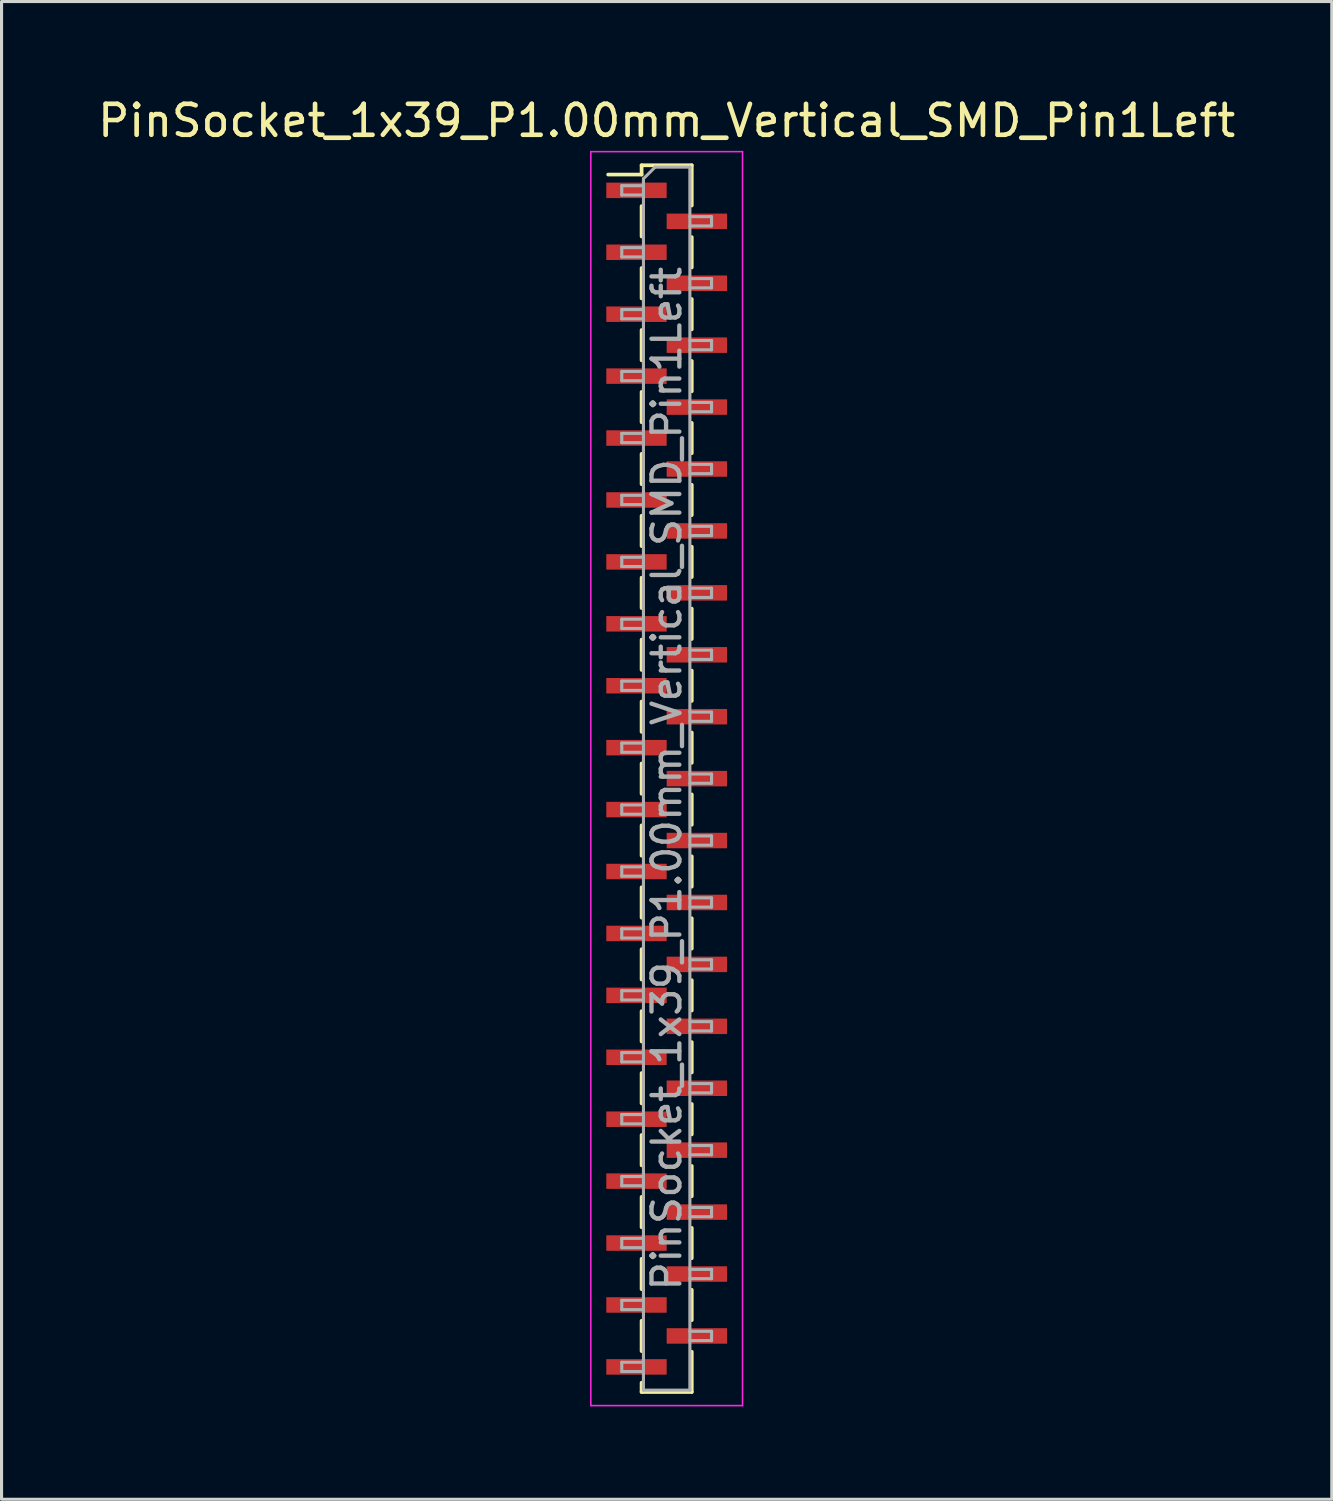
<source format=kicad_pcb>
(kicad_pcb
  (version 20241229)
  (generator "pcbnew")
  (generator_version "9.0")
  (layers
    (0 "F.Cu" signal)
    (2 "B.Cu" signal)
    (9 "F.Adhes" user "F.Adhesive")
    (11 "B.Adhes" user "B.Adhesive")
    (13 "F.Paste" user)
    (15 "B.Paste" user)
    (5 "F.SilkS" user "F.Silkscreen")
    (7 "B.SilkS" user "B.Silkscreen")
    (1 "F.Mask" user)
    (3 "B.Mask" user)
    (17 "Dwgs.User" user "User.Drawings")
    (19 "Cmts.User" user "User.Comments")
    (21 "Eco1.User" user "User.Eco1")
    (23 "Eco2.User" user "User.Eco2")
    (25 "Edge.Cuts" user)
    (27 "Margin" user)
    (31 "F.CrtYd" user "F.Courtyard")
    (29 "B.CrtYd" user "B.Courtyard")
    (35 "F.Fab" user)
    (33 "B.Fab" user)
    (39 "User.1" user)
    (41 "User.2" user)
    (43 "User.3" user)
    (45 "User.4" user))
  (footprint "PinSocket_1x39_P1.00mm_Vertical_SMD_Pin1Left"
    (layer "F.Cu")
    (at 18.482 22.098)
    (property "Reference" "PinSocket_1x39_P1.00mm_Vertical_SMD_Pin1Left" (at 0 -21.25 0) (layer "F.SilkS") (effects (font (size 1 1) (thickness 0.15))))
    (attr smd)
    (fp_line (start -1.89 -19.51) (end -0.81 -19.51) (stroke (width 0.12) (type solid)) (layer "F.SilkS"))
    (fp_line (start -0.81 -19.81) (end -0.81 -19.51) (stroke (width 0.12) (type solid)) (layer "F.SilkS"))
    (fp_line (start -0.81 -19.81) (end 0.81 -19.81) (stroke (width 0.12) (type solid)) (layer "F.SilkS"))
    (fp_line (start -0.81 -18.49) (end -0.81 -17.51) (stroke (width 0.12) (type solid)) (layer "F.SilkS"))
    (fp_line (start -0.81 -16.49) (end -0.81 -15.51) (stroke (width 0.12) (type solid)) (layer "F.SilkS"))
    (fp_line (start -0.81 -14.49) (end -0.81 -13.51) (stroke (width 0.12) (type solid)) (layer "F.SilkS"))
    (fp_line (start -0.81 -12.49) (end -0.81 -11.51) (stroke (width 0.12) (type solid)) (layer "F.SilkS"))
    (fp_line (start -0.81 -10.49) (end -0.81 -9.51) (stroke (width 0.12) (type solid)) (layer "F.SilkS"))
    (fp_line (start -0.81 -8.49) (end -0.81 -7.51) (stroke (width 0.12) (type solid)) (layer "F.SilkS"))
    (fp_line (start -0.81 -6.49) (end -0.81 -5.51) (stroke (width 0.12) (type solid)) (layer "F.SilkS"))
    (fp_line (start -0.81 -4.49) (end -0.81 -3.51) (stroke (width 0.12) (type solid)) (layer "F.SilkS"))
    (fp_line (start -0.81 -2.49) (end -0.81 -1.51) (stroke (width 0.12) (type solid)) (layer "F.SilkS"))
    (fp_line (start -0.81 -0.49) (end -0.81 0.49) (stroke (width 0.12) (type solid)) (layer "F.SilkS"))
    (fp_line (start -0.81 1.51) (end -0.81 2.49) (stroke (width 0.12) (type solid)) (layer "F.SilkS"))
    (fp_line (start -0.81 3.51) (end -0.81 4.49) (stroke (width 0.12) (type solid)) (layer "F.SilkS"))
    (fp_line (start -0.81 5.51) (end -0.81 6.49) (stroke (width 0.12) (type solid)) (layer "F.SilkS"))
    (fp_line (start -0.81 7.51) (end -0.81 8.49) (stroke (width 0.12) (type solid)) (layer "F.SilkS"))
    (fp_line (start -0.81 9.51) (end -0.81 10.49) (stroke (width 0.12) (type solid)) (layer "F.SilkS"))
    (fp_line (start -0.81 11.51) (end -0.81 12.49) (stroke (width 0.12) (type solid)) (layer "F.SilkS"))
    (fp_line (start -0.81 13.51) (end -0.81 14.49) (stroke (width 0.12) (type solid)) (layer "F.SilkS"))
    (fp_line (start -0.81 15.51) (end -0.81 16.49) (stroke (width 0.12) (type solid)) (layer "F.SilkS"))
    (fp_line (start -0.81 17.51) (end -0.81 18.49) (stroke (width 0.12) (type solid)) (layer "F.SilkS"))
    (fp_line (start -0.81 19.51) (end -0.81 19.81) (stroke (width 0.12) (type solid)) (layer "F.SilkS"))
    (fp_line (start -0.81 19.81) (end 0.81 19.81) (stroke (width 0.12) (type solid)) (layer "F.SilkS"))
    (fp_line (start 0.81 -19.81) (end 0.81 -18.51) (stroke (width 0.12) (type solid)) (layer "F.SilkS"))
    (fp_line (start 0.81 -17.49) (end 0.81 -16.51) (stroke (width 0.12) (type solid)) (layer "F.SilkS"))
    (fp_line (start 0.81 -15.49) (end 0.81 -14.51) (stroke (width 0.12) (type solid)) (layer "F.SilkS"))
    (fp_line (start 0.81 -13.49) (end 0.81 -12.51) (stroke (width 0.12) (type solid)) (layer "F.SilkS"))
    (fp_line (start 0.81 -11.49) (end 0.81 -10.51) (stroke (width 0.12) (type solid)) (layer "F.SilkS"))
    (fp_line (start 0.81 -9.49) (end 0.81 -8.51) (stroke (width 0.12) (type solid)) (layer "F.SilkS"))
    (fp_line (start 0.81 -7.49) (end 0.81 -6.51) (stroke (width 0.12) (type solid)) (layer "F.SilkS"))
    (fp_line (start 0.81 -5.49) (end 0.81 -4.51) (stroke (width 0.12) (type solid)) (layer "F.SilkS"))
    (fp_line (start 0.81 -3.49) (end 0.81 -2.51) (stroke (width 0.12) (type solid)) (layer "F.SilkS"))
    (fp_line (start 0.81 -1.49) (end 0.81 -0.51) (stroke (width 0.12) (type solid)) (layer "F.SilkS"))
    (fp_line (start 0.81 0.51) (end 0.81 1.49) (stroke (width 0.12) (type solid)) (layer "F.SilkS"))
    (fp_line (start 0.81 2.51) (end 0.81 3.49) (stroke (width 0.12) (type solid)) (layer "F.SilkS"))
    (fp_line (start 0.81 4.51) (end 0.81 5.49) (stroke (width 0.12) (type solid)) (layer "F.SilkS"))
    (fp_line (start 0.81 6.51) (end 0.81 7.49) (stroke (width 0.12) (type solid)) (layer "F.SilkS"))
    (fp_line (start 0.81 8.51) (end 0.81 9.49) (stroke (width 0.12) (type solid)) (layer "F.SilkS"))
    (fp_line (start 0.81 10.51) (end 0.81 11.49) (stroke (width 0.12) (type solid)) (layer "F.SilkS"))
    (fp_line (start 0.81 12.51) (end 0.81 13.49) (stroke (width 0.12) (type solid)) (layer "F.SilkS"))
    (fp_line (start 0.81 14.51) (end 0.81 15.49) (stroke (width 0.12) (type solid)) (layer "F.SilkS"))
    (fp_line (start 0.81 16.51) (end 0.81 17.49) (stroke (width 0.12) (type solid)) (layer "F.SilkS"))
    (fp_line (start 0.81 18.51) (end 0.81 19.81) (stroke (width 0.12) (type solid)) (layer "F.SilkS"))
    (fp_line (start -2.45 -20.25) (end 2.45 -20.25) (stroke (width 0.05) (type solid)) (layer "F.CrtYd"))
    (fp_line (start -2.45 20.25) (end -2.45 -20.25) (stroke (width 0.05) (type solid)) (layer "F.CrtYd"))
    (fp_line (start 2.45 -20.25) (end 2.45 20.25) (stroke (width 0.05) (type solid)) (layer "F.CrtYd"))
    (fp_line (start 2.45 20.25) (end -2.45 20.25) (stroke (width 0.05) (type solid)) (layer "F.CrtYd"))
    (fp_line (start -1.45 -19.15) (end -0.75 -19.15) (stroke (width 0.1) (type solid)) (layer "F.Fab"))
    (fp_line (start -1.45 -18.85) (end -1.45 -19.15) (stroke (width 0.1) (type solid)) (layer "F.Fab"))
    (fp_line (start -1.45 -17.15) (end -0.75 -17.15) (stroke (width 0.1) (type solid)) (layer "F.Fab"))
    (fp_line (start -1.45 -16.85) (end -1.45 -17.15) (stroke (width 0.1) (type solid)) (layer "F.Fab"))
    (fp_line (start -1.45 -15.15) (end -0.75 -15.15) (stroke (width 0.1) (type solid)) (layer "F.Fab"))
    (fp_line (start -1.45 -14.85) (end -1.45 -15.15) (stroke (width 0.1) (type solid)) (layer "F.Fab"))
    (fp_line (start -1.45 -13.15) (end -0.75 -13.15) (stroke (width 0.1) (type solid)) (layer "F.Fab"))
    (fp_line (start -1.45 -12.85) (end -1.45 -13.15) (stroke (width 0.1) (type solid)) (layer "F.Fab"))
    (fp_line (start -1.45 -11.15) (end -0.75 -11.15) (stroke (width 0.1) (type solid)) (layer "F.Fab"))
    (fp_line (start -1.45 -10.85) (end -1.45 -11.15) (stroke (width 0.1) (type solid)) (layer "F.Fab"))
    (fp_line (start -1.45 -9.15) (end -0.75 -9.15) (stroke (width 0.1) (type solid)) (layer "F.Fab"))
    (fp_line (start -1.45 -8.85) (end -1.45 -9.15) (stroke (width 0.1) (type solid)) (layer "F.Fab"))
    (fp_line (start -1.45 -7.15) (end -0.75 -7.15) (stroke (width 0.1) (type solid)) (layer "F.Fab"))
    (fp_line (start -1.45 -6.85) (end -1.45 -7.15) (stroke (width 0.1) (type solid)) (layer "F.Fab"))
    (fp_line (start -1.45 -5.15) (end -0.75 -5.15) (stroke (width 0.1) (type solid)) (layer "F.Fab"))
    (fp_line (start -1.45 -4.85) (end -1.45 -5.15) (stroke (width 0.1) (type solid)) (layer "F.Fab"))
    (fp_line (start -1.45 -3.15) (end -0.75 -3.15) (stroke (width 0.1) (type solid)) (layer "F.Fab"))
    (fp_line (start -1.45 -2.85) (end -1.45 -3.15) (stroke (width 0.1) (type solid)) (layer "F.Fab"))
    (fp_line (start -1.45 -1.15) (end -0.75 -1.15) (stroke (width 0.1) (type solid)) (layer "F.Fab"))
    (fp_line (start -1.45 -0.85) (end -1.45 -1.15) (stroke (width 0.1) (type solid)) (layer "F.Fab"))
    (fp_line (start -1.45 0.85) (end -0.75 0.85) (stroke (width 0.1) (type solid)) (layer "F.Fab"))
    (fp_line (start -1.45 1.15) (end -1.45 0.85) (stroke (width 0.1) (type solid)) (layer "F.Fab"))
    (fp_line (start -1.45 2.85) (end -0.75 2.85) (stroke (width 0.1) (type solid)) (layer "F.Fab"))
    (fp_line (start -1.45 3.15) (end -1.45 2.85) (stroke (width 0.1) (type solid)) (layer "F.Fab"))
    (fp_line (start -1.45 4.85) (end -0.75 4.85) (stroke (width 0.1) (type solid)) (layer "F.Fab"))
    (fp_line (start -1.45 5.15) (end -1.45 4.85) (stroke (width 0.1) (type solid)) (layer "F.Fab"))
    (fp_line (start -1.45 6.85) (end -0.75 6.85) (stroke (width 0.1) (type solid)) (layer "F.Fab"))
    (fp_line (start -1.45 7.15) (end -1.45 6.85) (stroke (width 0.1) (type solid)) (layer "F.Fab"))
    (fp_line (start -1.45 8.85) (end -0.75 8.85) (stroke (width 0.1) (type solid)) (layer "F.Fab"))
    (fp_line (start -1.45 9.15) (end -1.45 8.85) (stroke (width 0.1) (type solid)) (layer "F.Fab"))
    (fp_line (start -1.45 10.85) (end -0.75 10.85) (stroke (width 0.1) (type solid)) (layer "F.Fab"))
    (fp_line (start -1.45 11.15) (end -1.45 10.85) (stroke (width 0.1) (type solid)) (layer "F.Fab"))
    (fp_line (start -1.45 12.85) (end -0.75 12.85) (stroke (width 0.1) (type solid)) (layer "F.Fab"))
    (fp_line (start -1.45 13.15) (end -1.45 12.85) (stroke (width 0.1) (type solid)) (layer "F.Fab"))
    (fp_line (start -1.45 14.85) (end -0.75 14.85) (stroke (width 0.1) (type solid)) (layer "F.Fab"))
    (fp_line (start -1.45 15.15) (end -1.45 14.85) (stroke (width 0.1) (type solid)) (layer "F.Fab"))
    (fp_line (start -1.45 16.85) (end -0.75 16.85) (stroke (width 0.1) (type solid)) (layer "F.Fab"))
    (fp_line (start -1.45 17.15) (end -1.45 16.85) (stroke (width 0.1) (type solid)) (layer "F.Fab"))
    (fp_line (start -1.45 18.85) (end -0.75 18.85) (stroke (width 0.1) (type solid)) (layer "F.Fab"))
    (fp_line (start -1.45 19.15) (end -1.45 18.85) (stroke (width 0.1) (type solid)) (layer "F.Fab"))
    (fp_line (start -0.75 -19.375) (end -0.375 -19.75) (stroke (width 0.1) (type solid)) (layer "F.Fab"))
    (fp_line (start -0.75 -18.85) (end -1.45 -18.85) (stroke (width 0.1) (type solid)) (layer "F.Fab"))
    (fp_line (start -0.75 -16.85) (end -1.45 -16.85) (stroke (width 0.1) (type solid)) (layer "F.Fab"))
    (fp_line (start -0.75 -14.85) (end -1.45 -14.85) (stroke (width 0.1) (type solid)) (layer "F.Fab"))
    (fp_line (start -0.75 -12.85) (end -1.45 -12.85) (stroke (width 0.1) (type solid)) (layer "F.Fab"))
    (fp_line (start -0.75 -10.85) (end -1.45 -10.85) (stroke (width 0.1) (type solid)) (layer "F.Fab"))
    (fp_line (start -0.75 -8.85) (end -1.45 -8.85) (stroke (width 0.1) (type solid)) (layer "F.Fab"))
    (fp_line (start -0.75 -6.85) (end -1.45 -6.85) (stroke (width 0.1) (type solid)) (layer "F.Fab"))
    (fp_line (start -0.75 -4.85) (end -1.45 -4.85) (stroke (width 0.1) (type solid)) (layer "F.Fab"))
    (fp_line (start -0.75 -2.85) (end -1.45 -2.85) (stroke (width 0.1) (type solid)) (layer "F.Fab"))
    (fp_line (start -0.75 -0.85) (end -1.45 -0.85) (stroke (width 0.1) (type solid)) (layer "F.Fab"))
    (fp_line (start -0.75 1.15) (end -1.45 1.15) (stroke (width 0.1) (type solid)) (layer "F.Fab"))
    (fp_line (start -0.75 3.15) (end -1.45 3.15) (stroke (width 0.1) (type solid)) (layer "F.Fab"))
    (fp_line (start -0.75 5.15) (end -1.45 5.15) (stroke (width 0.1) (type solid)) (layer "F.Fab"))
    (fp_line (start -0.75 7.15) (end -1.45 7.15) (stroke (width 0.1) (type solid)) (layer "F.Fab"))
    (fp_line (start -0.75 9.15) (end -1.45 9.15) (stroke (width 0.1) (type solid)) (layer "F.Fab"))
    (fp_line (start -0.75 11.15) (end -1.45 11.15) (stroke (width 0.1) (type solid)) (layer "F.Fab"))
    (fp_line (start -0.75 13.15) (end -1.45 13.15) (stroke (width 0.1) (type solid)) (layer "F.Fab"))
    (fp_line (start -0.75 15.15) (end -1.45 15.15) (stroke (width 0.1) (type solid)) (layer "F.Fab"))
    (fp_line (start -0.75 17.15) (end -1.45 17.15) (stroke (width 0.1) (type solid)) (layer "F.Fab"))
    (fp_line (start -0.75 19.15) (end -1.45 19.15) (stroke (width 0.1) (type solid)) (layer "F.Fab"))
    (fp_line (start -0.75 19.75) (end -0.75 -19.375) (stroke (width 0.1) (type solid)) (layer "F.Fab"))
    (fp_line (start -0.375 -19.75) (end 0.75 -19.75) (stroke (width 0.1) (type solid)) (layer "F.Fab"))
    (fp_line (start 0.75 -19.75) (end 0.75 19.75) (stroke (width 0.1) (type solid)) (layer "F.Fab"))
    (fp_line (start 0.75 -18.15) (end 1.45 -18.15) (stroke (width 0.1) (type solid)) (layer "F.Fab"))
    (fp_line (start 0.75 -16.15) (end 1.45 -16.15) (stroke (width 0.1) (type solid)) (layer "F.Fab"))
    (fp_line (start 0.75 -14.15) (end 1.45 -14.15) (stroke (width 0.1) (type solid)) (layer "F.Fab"))
    (fp_line (start 0.75 -12.15) (end 1.45 -12.15) (stroke (width 0.1) (type solid)) (layer "F.Fab"))
    (fp_line (start 0.75 -10.15) (end 1.45 -10.15) (stroke (width 0.1) (type solid)) (layer "F.Fab"))
    (fp_line (start 0.75 -8.15) (end 1.45 -8.15) (stroke (width 0.1) (type solid)) (layer "F.Fab"))
    (fp_line (start 0.75 -6.15) (end 1.45 -6.15) (stroke (width 0.1) (type solid)) (layer "F.Fab"))
    (fp_line (start 0.75 -4.15) (end 1.45 -4.15) (stroke (width 0.1) (type solid)) (layer "F.Fab"))
    (fp_line (start 0.75 -2.15) (end 1.45 -2.15) (stroke (width 0.1) (type solid)) (layer "F.Fab"))
    (fp_line (start 0.75 -0.15) (end 1.45 -0.15) (stroke (width 0.1) (type solid)) (layer "F.Fab"))
    (fp_line (start 0.75 1.85) (end 1.45 1.85) (stroke (width 0.1) (type solid)) (layer "F.Fab"))
    (fp_line (start 0.75 3.85) (end 1.45 3.85) (stroke (width 0.1) (type solid)) (layer "F.Fab"))
    (fp_line (start 0.75 5.85) (end 1.45 5.85) (stroke (width 0.1) (type solid)) (layer "F.Fab"))
    (fp_line (start 0.75 7.85) (end 1.45 7.85) (stroke (width 0.1) (type solid)) (layer "F.Fab"))
    (fp_line (start 0.75 9.85) (end 1.45 9.85) (stroke (width 0.1) (type solid)) (layer "F.Fab"))
    (fp_line (start 0.75 11.85) (end 1.45 11.85) (stroke (width 0.1) (type solid)) (layer "F.Fab"))
    (fp_line (start 0.75 13.85) (end 1.45 13.85) (stroke (width 0.1) (type solid)) (layer "F.Fab"))
    (fp_line (start 0.75 15.85) (end 1.45 15.85) (stroke (width 0.1) (type solid)) (layer "F.Fab"))
    (fp_line (start 0.75 17.85) (end 1.45 17.85) (stroke (width 0.1) (type solid)) (layer "F.Fab"))
    (fp_line (start 0.75 19.75) (end -0.75 19.75) (stroke (width 0.1) (type solid)) (layer "F.Fab"))
    (fp_line (start 1.45 -18.15) (end 1.45 -17.85) (stroke (width 0.1) (type solid)) (layer "F.Fab"))
    (fp_line (start 1.45 -17.85) (end 0.75 -17.85) (stroke (width 0.1) (type solid)) (layer "F.Fab"))
    (fp_line (start 1.45 -16.15) (end 1.45 -15.85) (stroke (width 0.1) (type solid)) (layer "F.Fab"))
    (fp_line (start 1.45 -15.85) (end 0.75 -15.85) (stroke (width 0.1) (type solid)) (layer "F.Fab"))
    (fp_line (start 1.45 -14.15) (end 1.45 -13.85) (stroke (width 0.1) (type solid)) (layer "F.Fab"))
    (fp_line (start 1.45 -13.85) (end 0.75 -13.85) (stroke (width 0.1) (type solid)) (layer "F.Fab"))
    (fp_line (start 1.45 -12.15) (end 1.45 -11.85) (stroke (width 0.1) (type solid)) (layer "F.Fab"))
    (fp_line (start 1.45 -11.85) (end 0.75 -11.85) (stroke (width 0.1) (type solid)) (layer "F.Fab"))
    (fp_line (start 1.45 -10.15) (end 1.45 -9.85) (stroke (width 0.1) (type solid)) (layer "F.Fab"))
    (fp_line (start 1.45 -9.85) (end 0.75 -9.85) (stroke (width 0.1) (type solid)) (layer "F.Fab"))
    (fp_line (start 1.45 -8.15) (end 1.45 -7.85) (stroke (width 0.1) (type solid)) (layer "F.Fab"))
    (fp_line (start 1.45 -7.85) (end 0.75 -7.85) (stroke (width 0.1) (type solid)) (layer "F.Fab"))
    (fp_line (start 1.45 -6.15) (end 1.45 -5.85) (stroke (width 0.1) (type solid)) (layer "F.Fab"))
    (fp_line (start 1.45 -5.85) (end 0.75 -5.85) (stroke (width 0.1) (type solid)) (layer "F.Fab"))
    (fp_line (start 1.45 -4.15) (end 1.45 -3.85) (stroke (width 0.1) (type solid)) (layer "F.Fab"))
    (fp_line (start 1.45 -3.85) (end 0.75 -3.85) (stroke (width 0.1) (type solid)) (layer "F.Fab"))
    (fp_line (start 1.45 -2.15) (end 1.45 -1.85) (stroke (width 0.1) (type solid)) (layer "F.Fab"))
    (fp_line (start 1.45 -1.85) (end 0.75 -1.85) (stroke (width 0.1) (type solid)) (layer "F.Fab"))
    (fp_line (start 1.45 -0.15) (end 1.45 0.15) (stroke (width 0.1) (type solid)) (layer "F.Fab"))
    (fp_line (start 1.45 0.15) (end 0.75 0.15) (stroke (width 0.1) (type solid)) (layer "F.Fab"))
    (fp_line (start 1.45 1.85) (end 1.45 2.15) (stroke (width 0.1) (type solid)) (layer "F.Fab"))
    (fp_line (start 1.45 2.15) (end 0.75 2.15) (stroke (width 0.1) (type solid)) (layer "F.Fab"))
    (fp_line (start 1.45 3.85) (end 1.45 4.15) (stroke (width 0.1) (type solid)) (layer "F.Fab"))
    (fp_line (start 1.45 4.15) (end 0.75 4.15) (stroke (width 0.1) (type solid)) (layer "F.Fab"))
    (fp_line (start 1.45 5.85) (end 1.45 6.15) (stroke (width 0.1) (type solid)) (layer "F.Fab"))
    (fp_line (start 1.45 6.15) (end 0.75 6.15) (stroke (width 0.1) (type solid)) (layer "F.Fab"))
    (fp_line (start 1.45 7.85) (end 1.45 8.15) (stroke (width 0.1) (type solid)) (layer "F.Fab"))
    (fp_line (start 1.45 8.15) (end 0.75 8.15) (stroke (width 0.1) (type solid)) (layer "F.Fab"))
    (fp_line (start 1.45 9.85) (end 1.45 10.15) (stroke (width 0.1) (type solid)) (layer "F.Fab"))
    (fp_line (start 1.45 10.15) (end 0.75 10.15) (stroke (width 0.1) (type solid)) (layer "F.Fab"))
    (fp_line (start 1.45 11.85) (end 1.45 12.15) (stroke (width 0.1) (type solid)) (layer "F.Fab"))
    (fp_line (start 1.45 12.15) (end 0.75 12.15) (stroke (width 0.1) (type solid)) (layer "F.Fab"))
    (fp_line (start 1.45 13.85) (end 1.45 14.15) (stroke (width 0.1) (type solid)) (layer "F.Fab"))
    (fp_line (start 1.45 14.15) (end 0.75 14.15) (stroke (width 0.1) (type solid)) (layer "F.Fab"))
    (fp_line (start 1.45 15.85) (end 1.45 16.15) (stroke (width 0.1) (type solid)) (layer "F.Fab"))
    (fp_line (start 1.45 16.15) (end 0.75 16.15) (stroke (width 0.1) (type solid)) (layer "F.Fab"))
    (fp_line (start 1.45 17.85) (end 1.45 18.15) (stroke (width 0.1) (type solid)) (layer "F.Fab"))
    (fp_line (start 1.45 18.15) (end 0.75 18.15) (stroke (width 0.1) (type solid)) (layer "F.Fab"))
    (fp_text user "${REFERENCE}" (at 0 0 90) (layer "F.Fab") (effects (font (size 0.9 0.9) (thickness 0.14))))
    (pad "1" smd rect (at -0.975 -19) (size 1.95 0.5) (layers "F.Cu" "F.Mask" "F.Paste"))
    (pad "2" smd rect (at 0.975 -18) (size 1.95 0.5) (layers "F.Cu" "F.Mask" "F.Paste"))
    (pad "3" smd rect (at -0.975 -17) (size 1.95 0.5) (layers "F.Cu" "F.Mask" "F.Paste"))
    (pad "4" smd rect (at 0.975 -16) (size 1.95 0.5) (layers "F.Cu" "F.Mask" "F.Paste"))
    (pad "5" smd rect (at -0.975 -15) (size 1.95 0.5) (layers "F.Cu" "F.Mask" "F.Paste"))
    (pad "6" smd rect (at 0.975 -14) (size 1.95 0.5) (layers "F.Cu" "F.Mask" "F.Paste"))
    (pad "7" smd rect (at -0.975 -13) (size 1.95 0.5) (layers "F.Cu" "F.Mask" "F.Paste"))
    (pad "8" smd rect (at 0.975 -12) (size 1.95 0.5) (layers "F.Cu" "F.Mask" "F.Paste"))
    (pad "9" smd rect (at -0.975 -11) (size 1.95 0.5) (layers "F.Cu" "F.Mask" "F.Paste"))
    (pad "10" smd rect (at 0.975 -10) (size 1.95 0.5) (layers "F.Cu" "F.Mask" "F.Paste"))
    (pad "11" smd rect (at -0.975 -9) (size 1.95 0.5) (layers "F.Cu" "F.Mask" "F.Paste"))
    (pad "12" smd rect (at 0.975 -8) (size 1.95 0.5) (layers "F.Cu" "F.Mask" "F.Paste"))
    (pad "13" smd rect (at -0.975 -7) (size 1.95 0.5) (layers "F.Cu" "F.Mask" "F.Paste"))
    (pad "14" smd rect (at 0.975 -6) (size 1.95 0.5) (layers "F.Cu" "F.Mask" "F.Paste"))
    (pad "15" smd rect (at -0.975 -5) (size 1.95 0.5) (layers "F.Cu" "F.Mask" "F.Paste"))
    (pad "16" smd rect (at 0.975 -4) (size 1.95 0.5) (layers "F.Cu" "F.Mask" "F.Paste"))
    (pad "17" smd rect (at -0.975 -3) (size 1.95 0.5) (layers "F.Cu" "F.Mask" "F.Paste"))
    (pad "18" smd rect (at 0.975 -2) (size 1.95 0.5) (layers "F.Cu" "F.Mask" "F.Paste"))
    (pad "19" smd rect (at -0.975 -1) (size 1.95 0.5) (layers "F.Cu" "F.Mask" "F.Paste"))
    (pad "20" smd rect (at 0.975 0) (size 1.95 0.5) (layers "F.Cu" "F.Mask" "F.Paste"))
    (pad "21" smd rect (at -0.975 1) (size 1.95 0.5) (layers "F.Cu" "F.Mask" "F.Paste"))
    (pad "22" smd rect (at 0.975 2) (size 1.95 0.5) (layers "F.Cu" "F.Mask" "F.Paste"))
    (pad "23" smd rect (at -0.975 3) (size 1.95 0.5) (layers "F.Cu" "F.Mask" "F.Paste"))
    (pad "24" smd rect (at 0.975 4) (size 1.95 0.5) (layers "F.Cu" "F.Mask" "F.Paste"))
    (pad "25" smd rect (at -0.975 5) (size 1.95 0.5) (layers "F.Cu" "F.Mask" "F.Paste"))
    (pad "26" smd rect (at 0.975 6) (size 1.95 0.5) (layers "F.Cu" "F.Mask" "F.Paste"))
    (pad "27" smd rect (at -0.975 7) (size 1.95 0.5) (layers "F.Cu" "F.Mask" "F.Paste"))
    (pad "28" smd rect (at 0.975 8) (size 1.95 0.5) (layers "F.Cu" "F.Mask" "F.Paste"))
    (pad "29" smd rect (at -0.975 9) (size 1.95 0.5) (layers "F.Cu" "F.Mask" "F.Paste"))
    (pad "30" smd rect (at 0.975 10) (size 1.95 0.5) (layers "F.Cu" "F.Mask" "F.Paste"))
    (pad "31" smd rect (at -0.975 11) (size 1.95 0.5) (layers "F.Cu" "F.Mask" "F.Paste"))
    (pad "32" smd rect (at 0.975 12) (size 1.95 0.5) (layers "F.Cu" "F.Mask" "F.Paste"))
    (pad "33" smd rect (at -0.975 13) (size 1.95 0.5) (layers "F.Cu" "F.Mask" "F.Paste"))
    (pad "34" smd rect (at 0.975 14) (size 1.95 0.5) (layers "F.Cu" "F.Mask" "F.Paste"))
    (pad "35" smd rect (at -0.975 15) (size 1.95 0.5) (layers "F.Cu" "F.Mask" "F.Paste"))
    (pad "36" smd rect (at 0.975 16) (size 1.95 0.5) (layers "F.Cu" "F.Mask" "F.Paste"))
    (pad "37" smd rect (at -0.975 17) (size 1.95 0.5) (layers "F.Cu" "F.Mask" "F.Paste"))
    (pad "38" smd rect (at 0.975 18) (size 1.95 0.5) (layers "F.Cu" "F.Mask" "F.Paste"))
    (pad "39" smd rect (at -0.975 19) (size 1.95 0.5) (layers "F.Cu" "F.Mask" "F.Paste")))
  (gr_rect
    (start -3 -3)
    (end 39.964 45.373)
    (stroke (width 0.1) (type default))
    (fill no)
    (layer "Edge.Cuts")))
</source>
